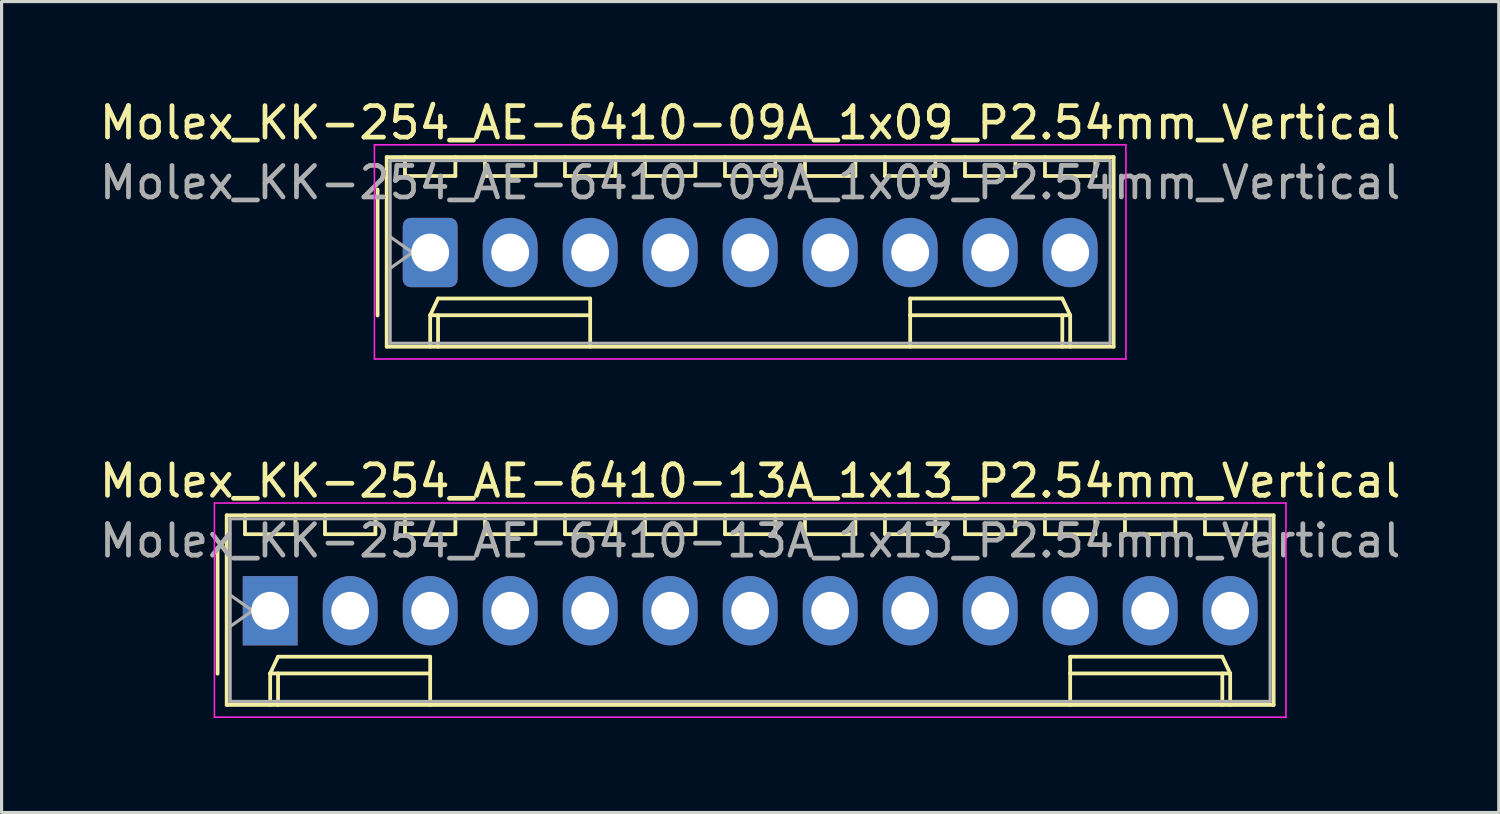
<source format=kicad_pcb>
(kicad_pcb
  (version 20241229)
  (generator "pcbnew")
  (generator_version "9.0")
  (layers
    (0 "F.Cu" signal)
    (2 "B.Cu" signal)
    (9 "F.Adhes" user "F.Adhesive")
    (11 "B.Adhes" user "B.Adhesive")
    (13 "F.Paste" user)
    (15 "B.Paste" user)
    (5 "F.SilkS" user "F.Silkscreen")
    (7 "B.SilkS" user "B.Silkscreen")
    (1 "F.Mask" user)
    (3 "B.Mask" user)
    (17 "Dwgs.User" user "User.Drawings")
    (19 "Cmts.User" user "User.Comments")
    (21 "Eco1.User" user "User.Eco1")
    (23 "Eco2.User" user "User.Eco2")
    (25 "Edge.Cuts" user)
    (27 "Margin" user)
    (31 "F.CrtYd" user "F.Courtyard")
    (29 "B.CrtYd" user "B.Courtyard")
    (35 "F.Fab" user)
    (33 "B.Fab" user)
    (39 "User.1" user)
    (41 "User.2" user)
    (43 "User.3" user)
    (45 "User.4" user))
  (footprint "Molex_KK-254_AE-6410-09A_1x09_P2.54mm_Vertical"
    (layer "F.Cu")
    (at 10.608 4.968)
    (property "Reference" "Molex_KK-254_AE-6410-09A_1x09_P2.54mm_Vertical" (at 10.16 -4.12 0) (layer "F.SilkS") (effects (font (size 1 1) (thickness 0.15))))
    (attr through_hole)
    (fp_line (start -1.67 -2) (end -1.67 2) (stroke (width 0.12) (type solid)) (layer "F.SilkS"))
    (fp_line (start -1.38 -3.03) (end -1.38 2.99) (stroke (width 0.12) (type solid)) (layer "F.SilkS"))
    (fp_line (start -1.38 2.99) (end 21.7 2.99) (stroke (width 0.12) (type solid)) (layer "F.SilkS"))
    (fp_line (start -0.8 -3.03) (end -0.8 -2.43) (stroke (width 0.12) (type solid)) (layer "F.SilkS"))
    (fp_line (start -0.8 -2.43) (end 0.8 -2.43) (stroke (width 0.12) (type solid)) (layer "F.SilkS"))
    (fp_line (start 0 1.99) (end 0.25 1.46) (stroke (width 0.12) (type solid)) (layer "F.SilkS"))
    (fp_line (start 0 1.99) (end 5.08 1.99) (stroke (width 0.12) (type solid)) (layer "F.SilkS"))
    (fp_line (start 0 2.99) (end 0 1.99) (stroke (width 0.12) (type solid)) (layer "F.SilkS"))
    (fp_line (start 0.25 1.46) (end 5.08 1.46) (stroke (width 0.12) (type solid)) (layer "F.SilkS"))
    (fp_line (start 0.25 2.99) (end 0.25 1.99) (stroke (width 0.12) (type solid)) (layer "F.SilkS"))
    (fp_line (start 0.8 -2.43) (end 0.8 -3.03) (stroke (width 0.12) (type solid)) (layer "F.SilkS"))
    (fp_line (start 1.74 -3.03) (end 1.74 -2.43) (stroke (width 0.12) (type solid)) (layer "F.SilkS"))
    (fp_line (start 1.74 -2.43) (end 3.34 -2.43) (stroke (width 0.12) (type solid)) (layer "F.SilkS"))
    (fp_line (start 3.34 -2.43) (end 3.34 -3.03) (stroke (width 0.12) (type solid)) (layer "F.SilkS"))
    (fp_line (start 4.28 -3.03) (end 4.28 -2.43) (stroke (width 0.12) (type solid)) (layer "F.SilkS"))
    (fp_line (start 4.28 -2.43) (end 5.88 -2.43) (stroke (width 0.12) (type solid)) (layer "F.SilkS"))
    (fp_line (start 5.08 1.46) (end 5.08 1.99) (stroke (width 0.12) (type solid)) (layer "F.SilkS"))
    (fp_line (start 5.08 1.99) (end 5.08 2.99) (stroke (width 0.12) (type solid)) (layer "F.SilkS"))
    (fp_line (start 5.88 -2.43) (end 5.88 -3.03) (stroke (width 0.12) (type solid)) (layer "F.SilkS"))
    (fp_line (start 6.82 -3.03) (end 6.82 -2.43) (stroke (width 0.12) (type solid)) (layer "F.SilkS"))
    (fp_line (start 6.82 -2.43) (end 8.42 -2.43) (stroke (width 0.12) (type solid)) (layer "F.SilkS"))
    (fp_line (start 8.42 -2.43) (end 8.42 -3.03) (stroke (width 0.12) (type solid)) (layer "F.SilkS"))
    (fp_line (start 9.36 -3.03) (end 9.36 -2.43) (stroke (width 0.12) (type solid)) (layer "F.SilkS"))
    (fp_line (start 9.36 -2.43) (end 10.96 -2.43) (stroke (width 0.12) (type solid)) (layer "F.SilkS"))
    (fp_line (start 10.96 -2.43) (end 10.96 -3.03) (stroke (width 0.12) (type solid)) (layer "F.SilkS"))
    (fp_line (start 11.9 -3.03) (end 11.9 -2.43) (stroke (width 0.12) (type solid)) (layer "F.SilkS"))
    (fp_line (start 11.9 -2.43) (end 13.5 -2.43) (stroke (width 0.12) (type solid)) (layer "F.SilkS"))
    (fp_line (start 13.5 -2.43) (end 13.5 -3.03) (stroke (width 0.12) (type solid)) (layer "F.SilkS"))
    (fp_line (start 14.44 -3.03) (end 14.44 -2.43) (stroke (width 0.12) (type solid)) (layer "F.SilkS"))
    (fp_line (start 14.44 -2.43) (end 16.04 -2.43) (stroke (width 0.12) (type solid)) (layer "F.SilkS"))
    (fp_line (start 15.24 1.46) (end 15.24 1.99) (stroke (width 0.12) (type solid)) (layer "F.SilkS"))
    (fp_line (start 15.24 1.99) (end 15.24 2.99) (stroke (width 0.12) (type solid)) (layer "F.SilkS"))
    (fp_line (start 16.04 -2.43) (end 16.04 -3.03) (stroke (width 0.12) (type solid)) (layer "F.SilkS"))
    (fp_line (start 16.98 -3.03) (end 16.98 -2.43) (stroke (width 0.12) (type solid)) (layer "F.SilkS"))
    (fp_line (start 16.98 -2.43) (end 18.58 -2.43) (stroke (width 0.12) (type solid)) (layer "F.SilkS"))
    (fp_line (start 18.58 -2.43) (end 18.58 -3.03) (stroke (width 0.12) (type solid)) (layer "F.SilkS"))
    (fp_line (start 19.52 -3.03) (end 19.52 -2.43) (stroke (width 0.12) (type solid)) (layer "F.SilkS"))
    (fp_line (start 19.52 -2.43) (end 21.12 -2.43) (stroke (width 0.12) (type solid)) (layer "F.SilkS"))
    (fp_line (start 20.07 1.46) (end 15.24 1.46) (stroke (width 0.12) (type solid)) (layer "F.SilkS"))
    (fp_line (start 20.07 2.99) (end 20.07 1.99) (stroke (width 0.12) (type solid)) (layer "F.SilkS"))
    (fp_line (start 20.32 1.99) (end 15.24 1.99) (stroke (width 0.12) (type solid)) (layer "F.SilkS"))
    (fp_line (start 20.32 1.99) (end 20.07 1.46) (stroke (width 0.12) (type solid)) (layer "F.SilkS"))
    (fp_line (start 20.32 2.99) (end 20.32 1.99) (stroke (width 0.12) (type solid)) (layer "F.SilkS"))
    (fp_line (start 21.12 -2.43) (end 21.12 -3.03) (stroke (width 0.12) (type solid)) (layer "F.SilkS"))
    (fp_line (start 21.7 -3.03) (end -1.38 -3.03) (stroke (width 0.12) (type solid)) (layer "F.SilkS"))
    (fp_line (start 21.7 2.99) (end 21.7 -3.03) (stroke (width 0.12) (type solid)) (layer "F.SilkS"))
    (fp_line (start -1.77 -3.42) (end -1.77 3.38) (stroke (width 0.05) (type solid)) (layer "F.CrtYd"))
    (fp_line (start -1.77 3.38) (end 22.09 3.38) (stroke (width 0.05) (type solid)) (layer "F.CrtYd"))
    (fp_line (start 22.09 -3.42) (end -1.77 -3.42) (stroke (width 0.05) (type solid)) (layer "F.CrtYd"))
    (fp_line (start 22.09 3.38) (end 22.09 -3.42) (stroke (width 0.05) (type solid)) (layer "F.CrtYd"))
    (fp_line (start -1.27 -2.92) (end -1.27 2.88) (stroke (width 0.1) (type solid)) (layer "F.Fab"))
    (fp_line (start -1.27 -0.5) (end -0.563 0) (stroke (width 0.1) (type solid)) (layer "F.Fab"))
    (fp_line (start -1.27 2.88) (end 21.59 2.88) (stroke (width 0.1) (type solid)) (layer "F.Fab"))
    (fp_line (start -0.563 0) (end -1.27 0.5) (stroke (width 0.1) (type solid)) (layer "F.Fab"))
    (fp_line (start 21.59 -2.92) (end -1.27 -2.92) (stroke (width 0.1) (type solid)) (layer "F.Fab"))
    (fp_line (start 21.59 2.88) (end 21.59 -2.92) (stroke (width 0.1) (type solid)) (layer "F.Fab"))
    (fp_text user "${REFERENCE}" (at 10.16 -2.22 0) (layer "F.Fab") (effects (font (size 1 1) (thickness 0.15))))
    (pad "1" thru_hole roundrect (at 0 0) (size 1.74 2.2) (drill 1.2) (layers "*.Cu" "*.Mask") (roundrect_rratio 0.144))
    (pad "2" thru_hole oval (at 2.54 0) (size 1.74 2.2) (drill 1.2) (layers "*.Cu" "*.Mask"))
    (pad "3" thru_hole oval (at 5.08 0) (size 1.74 2.2) (drill 1.2) (layers "*.Cu" "*.Mask"))
    (pad "4" thru_hole oval (at 7.62 0) (size 1.74 2.2) (drill 1.2) (layers "*.Cu" "*.Mask"))
    (pad "5" thru_hole oval (at 10.16 0) (size 1.74 2.2) (drill 1.2) (layers "*.Cu" "*.Mask"))
    (pad "6" thru_hole oval (at 12.7 0) (size 1.74 2.2) (drill 1.2) (layers "*.Cu" "*.Mask"))
    (pad "7" thru_hole oval (at 15.24 0) (size 1.74 2.2) (drill 1.2) (layers "*.Cu" "*.Mask"))
    (pad "8" thru_hole oval (at 17.78 0) (size 1.74 2.2) (drill 1.2) (layers "*.Cu" "*.Mask"))
    (pad "9" thru_hole oval (at 20.32 0) (size 1.74 2.2) (drill 1.2) (layers "*.Cu" "*.Mask")))
  (footprint "Molex_KK-254_AE-6410-13A_1x13_P2.54mm_Vertical"
    (layer "F.Cu")
    (at 5.528 16.341)
    (property "Reference" "Molex_KK-254_AE-6410-13A_1x13_P2.54mm_Vertical" (at 15.24 -4.12 0) (layer "F.SilkS") (effects (font (size 1 1) (thickness 0.15))))
    (attr through_hole)
    (fp_line (start -1.67 -2) (end -1.67 2) (stroke (width 0.12) (type solid)) (layer "F.SilkS"))
    (fp_line (start -1.38 -3.03) (end -1.38 2.99) (stroke (width 0.12) (type solid)) (layer "F.SilkS"))
    (fp_line (start -1.38 2.99) (end 31.86 2.99) (stroke (width 0.12) (type solid)) (layer "F.SilkS"))
    (fp_line (start -0.8 -3.03) (end -0.8 -2.43) (stroke (width 0.12) (type solid)) (layer "F.SilkS"))
    (fp_line (start -0.8 -2.43) (end 0.8 -2.43) (stroke (width 0.12) (type solid)) (layer "F.SilkS"))
    (fp_line (start 0 1.99) (end 0.25 1.46) (stroke (width 0.12) (type solid)) (layer "F.SilkS"))
    (fp_line (start 0 1.99) (end 5.08 1.99) (stroke (width 0.12) (type solid)) (layer "F.SilkS"))
    (fp_line (start 0 2.99) (end 0 1.99) (stroke (width 0.12) (type solid)) (layer "F.SilkS"))
    (fp_line (start 0.25 1.46) (end 5.08 1.46) (stroke (width 0.12) (type solid)) (layer "F.SilkS"))
    (fp_line (start 0.25 2.99) (end 0.25 1.99) (stroke (width 0.12) (type solid)) (layer "F.SilkS"))
    (fp_line (start 0.8 -2.43) (end 0.8 -3.03) (stroke (width 0.12) (type solid)) (layer "F.SilkS"))
    (fp_line (start 1.74 -3.03) (end 1.74 -2.43) (stroke (width 0.12) (type solid)) (layer "F.SilkS"))
    (fp_line (start 1.74 -2.43) (end 3.34 -2.43) (stroke (width 0.12) (type solid)) (layer "F.SilkS"))
    (fp_line (start 3.34 -2.43) (end 3.34 -3.03) (stroke (width 0.12) (type solid)) (layer "F.SilkS"))
    (fp_line (start 4.28 -3.03) (end 4.28 -2.43) (stroke (width 0.12) (type solid)) (layer "F.SilkS"))
    (fp_line (start 4.28 -2.43) (end 5.88 -2.43) (stroke (width 0.12) (type solid)) (layer "F.SilkS"))
    (fp_line (start 5.08 1.46) (end 5.08 1.99) (stroke (width 0.12) (type solid)) (layer "F.SilkS"))
    (fp_line (start 5.08 1.99) (end 5.08 2.99) (stroke (width 0.12) (type solid)) (layer "F.SilkS"))
    (fp_line (start 5.88 -2.43) (end 5.88 -3.03) (stroke (width 0.12) (type solid)) (layer "F.SilkS"))
    (fp_line (start 6.82 -3.03) (end 6.82 -2.43) (stroke (width 0.12) (type solid)) (layer "F.SilkS"))
    (fp_line (start 6.82 -2.43) (end 8.42 -2.43) (stroke (width 0.12) (type solid)) (layer "F.SilkS"))
    (fp_line (start 8.42 -2.43) (end 8.42 -3.03) (stroke (width 0.12) (type solid)) (layer "F.SilkS"))
    (fp_line (start 9.36 -3.03) (end 9.36 -2.43) (stroke (width 0.12) (type solid)) (layer "F.SilkS"))
    (fp_line (start 9.36 -2.43) (end 10.96 -2.43) (stroke (width 0.12) (type solid)) (layer "F.SilkS"))
    (fp_line (start 10.96 -2.43) (end 10.96 -3.03) (stroke (width 0.12) (type solid)) (layer "F.SilkS"))
    (fp_line (start 11.9 -3.03) (end 11.9 -2.43) (stroke (width 0.12) (type solid)) (layer "F.SilkS"))
    (fp_line (start 11.9 -2.43) (end 13.5 -2.43) (stroke (width 0.12) (type solid)) (layer "F.SilkS"))
    (fp_line (start 13.5 -2.43) (end 13.5 -3.03) (stroke (width 0.12) (type solid)) (layer "F.SilkS"))
    (fp_line (start 14.44 -3.03) (end 14.44 -2.43) (stroke (width 0.12) (type solid)) (layer "F.SilkS"))
    (fp_line (start 14.44 -2.43) (end 16.04 -2.43) (stroke (width 0.12) (type solid)) (layer "F.SilkS"))
    (fp_line (start 16.04 -2.43) (end 16.04 -3.03) (stroke (width 0.12) (type solid)) (layer "F.SilkS"))
    (fp_line (start 16.98 -3.03) (end 16.98 -2.43) (stroke (width 0.12) (type solid)) (layer "F.SilkS"))
    (fp_line (start 16.98 -2.43) (end 18.58 -2.43) (stroke (width 0.12) (type solid)) (layer "F.SilkS"))
    (fp_line (start 18.58 -2.43) (end 18.58 -3.03) (stroke (width 0.12) (type solid)) (layer "F.SilkS"))
    (fp_line (start 19.52 -3.03) (end 19.52 -2.43) (stroke (width 0.12) (type solid)) (layer "F.SilkS"))
    (fp_line (start 19.52 -2.43) (end 21.12 -2.43) (stroke (width 0.12) (type solid)) (layer "F.SilkS"))
    (fp_line (start 21.12 -2.43) (end 21.12 -3.03) (stroke (width 0.12) (type solid)) (layer "F.SilkS"))
    (fp_line (start 22.06 -3.03) (end 22.06 -2.43) (stroke (width 0.12) (type solid)) (layer "F.SilkS"))
    (fp_line (start 22.06 -2.43) (end 23.66 -2.43) (stroke (width 0.12) (type solid)) (layer "F.SilkS"))
    (fp_line (start 23.66 -2.43) (end 23.66 -3.03) (stroke (width 0.12) (type solid)) (layer "F.SilkS"))
    (fp_line (start 24.6 -3.03) (end 24.6 -2.43) (stroke (width 0.12) (type solid)) (layer "F.SilkS"))
    (fp_line (start 24.6 -2.43) (end 26.2 -2.43) (stroke (width 0.12) (type solid)) (layer "F.SilkS"))
    (fp_line (start 25.4 1.46) (end 25.4 1.99) (stroke (width 0.12) (type solid)) (layer "F.SilkS"))
    (fp_line (start 25.4 1.99) (end 25.4 2.99) (stroke (width 0.12) (type solid)) (layer "F.SilkS"))
    (fp_line (start 26.2 -2.43) (end 26.2 -3.03) (stroke (width 0.12) (type solid)) (layer "F.SilkS"))
    (fp_line (start 27.14 -3.03) (end 27.14 -2.43) (stroke (width 0.12) (type solid)) (layer "F.SilkS"))
    (fp_line (start 27.14 -2.43) (end 28.74 -2.43) (stroke (width 0.12) (type solid)) (layer "F.SilkS"))
    (fp_line (start 28.74 -2.43) (end 28.74 -3.03) (stroke (width 0.12) (type solid)) (layer "F.SilkS"))
    (fp_line (start 29.68 -3.03) (end 29.68 -2.43) (stroke (width 0.12) (type solid)) (layer "F.SilkS"))
    (fp_line (start 29.68 -2.43) (end 31.28 -2.43) (stroke (width 0.12) (type solid)) (layer "F.SilkS"))
    (fp_line (start 30.23 1.46) (end 25.4 1.46) (stroke (width 0.12) (type solid)) (layer "F.SilkS"))
    (fp_line (start 30.23 2.99) (end 30.23 1.99) (stroke (width 0.12) (type solid)) (layer "F.SilkS"))
    (fp_line (start 30.48 1.99) (end 25.4 1.99) (stroke (width 0.12) (type solid)) (layer "F.SilkS"))
    (fp_line (start 30.48 1.99) (end 30.23 1.46) (stroke (width 0.12) (type solid)) (layer "F.SilkS"))
    (fp_line (start 30.48 2.99) (end 30.48 1.99) (stroke (width 0.12) (type solid)) (layer "F.SilkS"))
    (fp_line (start 31.28 -2.43) (end 31.28 -3.03) (stroke (width 0.12) (type solid)) (layer "F.SilkS"))
    (fp_line (start 31.86 -3.03) (end -1.38 -3.03) (stroke (width 0.12) (type solid)) (layer "F.SilkS"))
    (fp_line (start 31.86 2.99) (end 31.86 -3.03) (stroke (width 0.12) (type solid)) (layer "F.SilkS"))
    (fp_line (start -1.77 -3.42) (end -1.77 3.38) (stroke (width 0.05) (type solid)) (layer "F.CrtYd"))
    (fp_line (start -1.77 3.38) (end 32.25 3.38) (stroke (width 0.05) (type solid)) (layer "F.CrtYd"))
    (fp_line (start 32.25 -3.42) (end -1.77 -3.42) (stroke (width 0.05) (type solid)) (layer "F.CrtYd"))
    (fp_line (start 32.25 3.38) (end 32.25 -3.42) (stroke (width 0.05) (type solid)) (layer "F.CrtYd"))
    (fp_line (start -1.27 -2.92) (end -1.27 2.88) (stroke (width 0.1) (type solid)) (layer "F.Fab"))
    (fp_line (start -1.27 -0.5) (end -0.563 0) (stroke (width 0.1) (type solid)) (layer "F.Fab"))
    (fp_line (start -1.27 2.88) (end 31.75 2.88) (stroke (width 0.1) (type solid)) (layer "F.Fab"))
    (fp_line (start -0.563 0) (end -1.27 0.5) (stroke (width 0.1) (type solid)) (layer "F.Fab"))
    (fp_line (start 31.75 -2.92) (end -1.27 -2.92) (stroke (width 0.1) (type solid)) (layer "F.Fab"))
    (fp_line (start 31.75 2.88) (end 31.75 -2.92) (stroke (width 0.1) (type solid)) (layer "F.Fab"))
    (fp_text user "${REFERENCE}" (at 15.24 -2.22 0) (layer "F.Fab") (effects (font (size 1 1) (thickness 0.15))))
    (pad "1" thru_hole rect (at 0 0) (size 1.74 2.2) (drill 1.2) (layers "*.Cu" "*.Mask"))
    (pad "2" thru_hole oval (at 2.54 0) (size 1.74 2.2) (drill 1.2) (layers "*.Cu" "*.Mask"))
    (pad "3" thru_hole oval (at 5.08 0) (size 1.74 2.2) (drill 1.2) (layers "*.Cu" "*.Mask"))
    (pad "4" thru_hole oval (at 7.62 0) (size 1.74 2.2) (drill 1.2) (layers "*.Cu" "*.Mask"))
    (pad "5" thru_hole oval (at 10.16 0) (size 1.74 2.2) (drill 1.2) (layers "*.Cu" "*.Mask"))
    (pad "6" thru_hole oval (at 12.7 0) (size 1.74 2.2) (drill 1.2) (layers "*.Cu" "*.Mask"))
    (pad "7" thru_hole oval (at 15.24 0) (size 1.74 2.2) (drill 1.2) (layers "*.Cu" "*.Mask"))
    (pad "8" thru_hole oval (at 17.78 0) (size 1.74 2.2) (drill 1.2) (layers "*.Cu" "*.Mask"))
    (pad "9" thru_hole oval (at 20.32 0) (size 1.74 2.2) (drill 1.2) (layers "*.Cu" "*.Mask"))
    (pad "10" thru_hole oval (at 22.86 0) (size 1.74 2.2) (drill 1.2) (layers "*.Cu" "*.Mask"))
    (pad "11" thru_hole oval (at 25.4 0) (size 1.74 2.2) (drill 1.2) (layers "*.Cu" "*.Mask"))
    (pad "12" thru_hole oval (at 27.94 0) (size 1.74 2.2) (drill 1.2) (layers "*.Cu" "*.Mask"))
    (pad "13" thru_hole oval (at 30.48 0) (size 1.74 2.2) (drill 1.2) (layers "*.Cu" "*.Mask")))
  (gr_rect
    (start -3 -3)
    (end 44.536 22.747)
    (stroke (width 0.1) (type default))
    (fill no)
    (layer "Edge.Cuts")))
</source>
